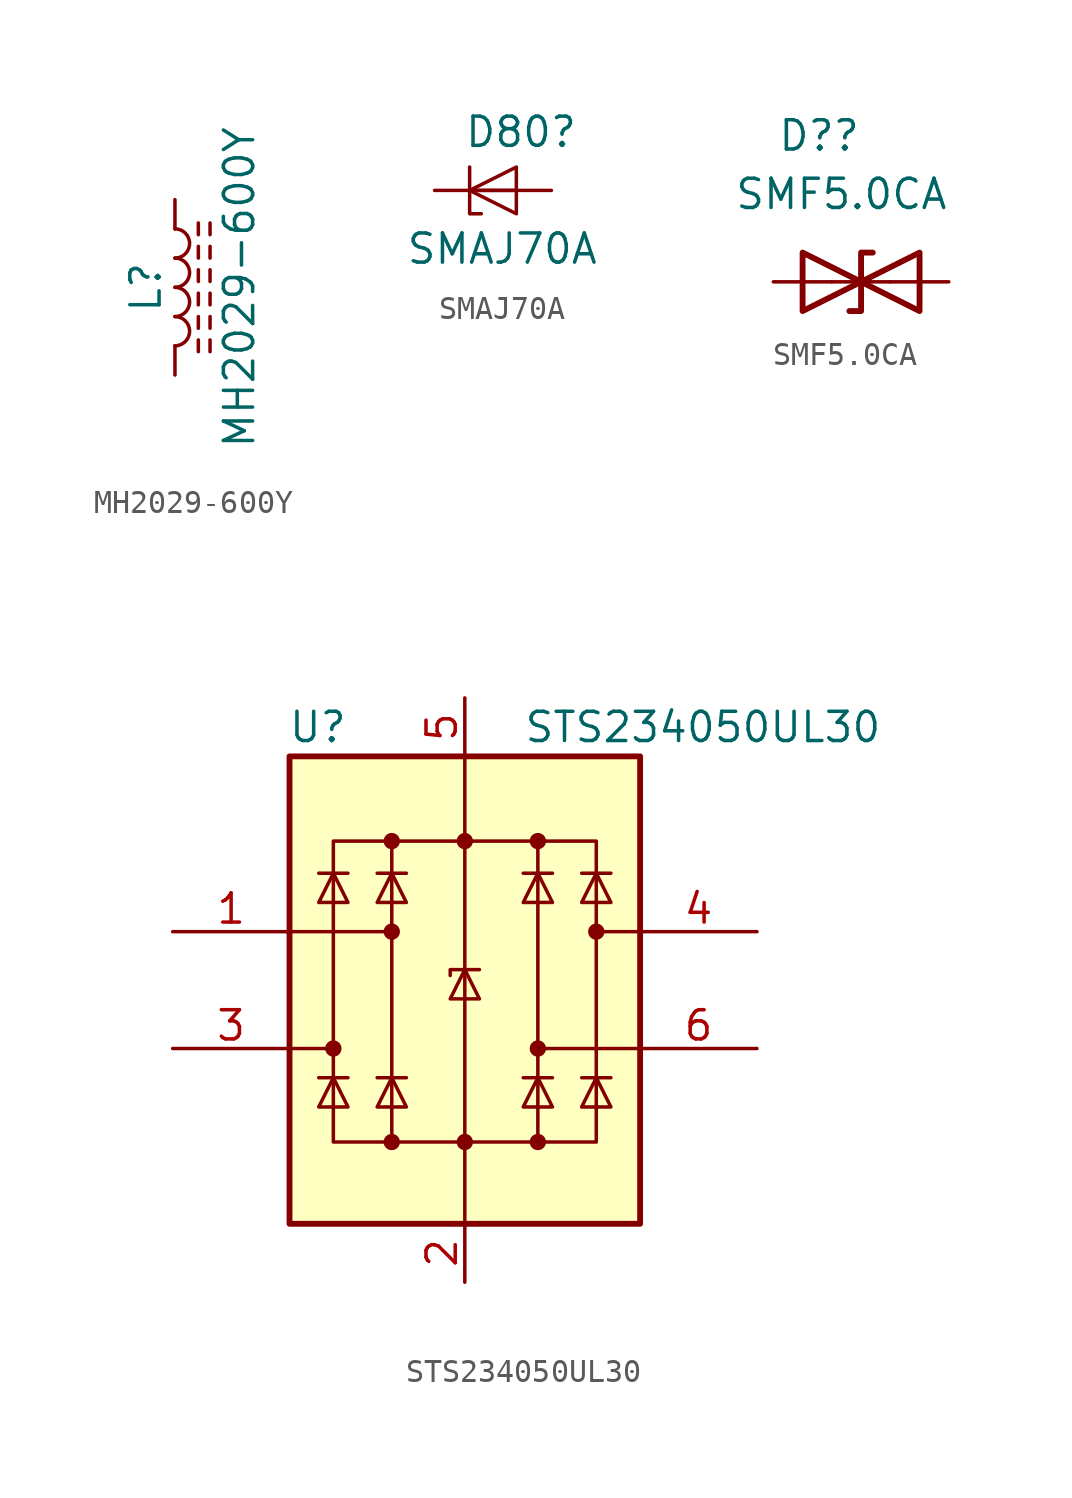
<source format=kicad_sym>
(kicad_symbol_lib
  (version 20211014)
  (generator kicad_symbol_editor)
  (symbol "MH2029-600Y"
    (pin_numbers hide)
    (pin_names
      (offset 1.016) hide)
    (property "Reference" "L"
      (at -1.27 0 90)
      (effects (font (size 1.27 1.27))))
    (property "Value" "MH2029-600Y"
      (at 2.794 0 90)
      (effects (font (size 1.27 1.27))))
    (symbol "MH2029-600Y_0_1"
      (arc (start 0 -2.54) (mid 0.635 -1.905) (end 0 -1.27) (stroke (width 0) (type default) (color 0 0 0 0)) (fill (type none)))
      (arc (start 0 -1.27) (mid 0.635 -0.635) (end 0 0) (stroke (width 0) (type default) (color 0 0 0 0)) (fill (type none)))
      (polyline (pts (xy 1.016 -2.794) (xy 1.016 -2.286)) (stroke (width 0) (type default) (color 0 0 0 0)) (fill (type none)))
      (polyline (pts (xy 1.016 -1.778) (xy 1.016 -1.27)) (stroke (width 0) (type default) (color 0 0 0 0)) (fill (type none)))
      (polyline (pts (xy 1.016 -0.762) (xy 1.016 -0.254)) (stroke (width 0) (type default) (color 0 0 0 0)) (fill (type none)))
      (polyline (pts (xy 1.016 0.254) (xy 1.016 0.762)) (stroke (width 0) (type default) (color 0 0 0 0)) (fill (type none)))
      (polyline (pts (xy 1.016 1.27) (xy 1.016 1.778)) (stroke (width 0) (type default) (color 0 0 0 0)) (fill (type none)))
      (polyline (pts (xy 1.016 2.286) (xy 1.016 2.794)) (stroke (width 0) (type default) (color 0 0 0 0)) (fill (type none)))
      (polyline (pts (xy 1.524 -2.286) (xy 1.524 -2.794)) (stroke (width 0) (type default) (color 0 0 0 0)) (fill (type none)))
      (polyline (pts (xy 1.524 -1.27) (xy 1.524 -1.778)) (stroke (width 0) (type default) (color 0 0 0 0)) (fill (type none)))
      (polyline (pts (xy 1.524 -0.254) (xy 1.524 -0.762)) (stroke (width 0) (type default) (color 0 0 0 0)) (fill (type none)))
      (polyline (pts (xy 1.524 0.762) (xy 1.524 0.254)) (stroke (width 0) (type default) (color 0 0 0 0)) (fill (type none)))
      (polyline (pts (xy 1.524 1.778) (xy 1.524 1.27)) (stroke (width 0) (type default) (color 0 0 0 0)) (fill (type none)))
      (polyline (pts (xy 1.524 2.794) (xy 1.524 2.286)) (stroke (width 0) (type default) (color 0 0 0 0)) (fill (type none)))
      (arc (start 0 0) (mid 0.635 0.635) (end 0 1.27) (stroke (width 0) (type default) (color 0 0 0 0)) (fill (type none)))
      (arc (start 0 1.27) (mid 0.635 1.905) (end 0 2.54) (stroke (width 0) (type default) (color 0 0 0 0)) (fill (type none))))
    (symbol "MH2029-600Y_1_1"
      (pin passive line (at 0 3.81 270) (length 1.27) (name "1" (effects (font (size 1.27 1.27)))) (number "1" (effects (font (size 1.27 1.27)))))
      (pin passive line (at 0 -3.81 90) (length 1.27) (name "2" (effects (font (size 1.27 1.27)))) (number "2" (effects (font (size 1.27 1.27)))))))
  (symbol "SMAJ70A"
    (pin_numbers hide)
    (pin_names hide)
    (property "Reference" "D80"
      (at -1.27 2.54 0)
      (effects (font (size 1.27 1.27)) (justify left)))
    (property "Value" "SMAJ70A"
      (at -3.81 -2.54 0)
      (effects (font (size 1.27 1.27)) (justify left)))
    (symbol "SMAJ70A_0_1"
      (polyline (pts (xy -1.016 0) (xy 1.016 0)) (stroke (width 0) (type default) (color 0 0 0 0)) (fill (type none)))
      (polyline (pts (xy -1.016 1.016) (xy -1.016 -1.016) (xy -0.508 -1.016)) (stroke (width 0) (type default) (color 0 0 0 0)) (fill (type none)))
      (polyline (pts (xy 1.016 1.016) (xy -1.016 0) (xy 1.016 -1.016) (xy 1.016 1.016)) (stroke (width 0) (type default) (color 0 0 0 0)) (fill (type none))))
    (symbol "SMAJ70A_1_1"
      (pin passive line (at -2.54 0 0) (length 2.54) (name "K1" (effects (font (size 1.27 1.27)))) (number "1" (effects (font (size 1.27 1.27)))))
      (pin passive line (at 2.54 0 180) (length 2.54) (name "A" (effects (font (size 1.27 1.27)))) (number "2" (effects (font (size 1.27 1.27)))))))
  (symbol "SMF5.0CA"
    (pin_numbers hide)
    (pin_names
      (offset 1.016) hide)
    (property "Reference" "D?"
      (at 0 6.35 0)
      (effects (font (size 1.27 1.27)) (justify right)))
    (property "Value" "SMF5.0CA"
      (at 3.81 3.81 0)
      (effects (font (size 1.27 1.27)) (justify right)))
    (symbol "SMF5.0CA_0_1"
      (polyline (pts (xy 1.27 0) (xy -1.27 0)) (stroke (width 0) (type default) (color 0 0 0 0)) (fill (type none)))
      (polyline (pts (xy 0.508 1.27) (xy 0 1.27) (xy 0 -1.27) (xy -0.508 -1.27)) (stroke (width 0.254) (type default) (color 0 0 0 0)) (fill (type none)))
      (polyline (pts (xy -2.54 1.27) (xy -2.54 -1.27) (xy 2.54 1.27) (xy 2.54 -1.27) (xy -2.54 1.27)) (stroke (width 0.254) (type default) (color 0 0 0 0)) (fill (type none))))
    (symbol "SMF5.0CA_1_1"
      (pin passive line (at -3.81 0 0) (length 2.54) (name "A1" (effects (font (size 1.27 1.27)))) (number "1" (effects (font (size 1.27 1.27)))))
      (pin passive line (at 3.81 0 180) (length 2.54) (name "A2" (effects (font (size 1.27 1.27)))) (number "2" (effects (font (size 1.27 1.27)))))))
  (symbol "STS234050UL30"
    (pin_names
      (offset 0) hide)
    (property "Reference" "U"
      (at -5.08 11.43 0)
      (effects (font (size 1.27 1.27)) (justify right)))
    (property "Value" "STS234050UL30"
      (at 2.54 11.43 0)
      (effects (font (size 1.27 1.27)) (justify left)))
    (symbol "STS234050UL30_0_0"
      (rectangle (start -5.715 6.477) (end 5.715 -6.604) (stroke (width 0) (type default) (color 0 0 0 0)) (fill (type none)))
      (polyline (pts (xy -3.175 -6.604) (xy -3.175 6.477)) (stroke (width 0) (type default) (color 0 0 0 0)) (fill (type none)))
      (polyline (pts (xy 3.175 6.477) (xy 3.175 -6.604)) (stroke (width 0) (type default) (color 0 0 0 0)) (fill (type none))))
    (symbol "STS234050UL30_0_1"
      (rectangle (start -7.62 10.16) (end 7.62 -10.16) (stroke (width 0.254) (type default) (color 0 0 0 0)) (fill (type background)))
      (circle (center -5.715 -2.54) (radius 0.279) (stroke (width 0) (type default) (color 0 0 0 0)) (fill (type outline)))
      (circle (center -3.175 -6.604) (radius 0.279) (stroke (width 0) (type default) (color 0 0 0 0)) (fill (type outline)))
      (circle (center -3.175 2.54) (radius 0.279) (stroke (width 0) (type default) (color 0 0 0 0)) (fill (type outline)))
      (circle (center -3.175 6.477) (radius 0.279) (stroke (width 0) (type default) (color 0 0 0 0)) (fill (type outline)))
      (circle (center 0 -6.604) (radius 0.279) (stroke (width 0) (type default) (color 0 0 0 0)) (fill (type outline)))
      (polyline (pts (xy -7.747 2.54) (xy -3.175 2.54)) (stroke (width 0) (type default) (color 0 0 0 0)) (fill (type none)))
      (polyline (pts (xy -7.62 -2.54) (xy -5.715 -2.54)) (stroke (width 0) (type default) (color 0 0 0 0)) (fill (type none)))
      (polyline (pts (xy -5.08 -3.81) (xy -6.35 -3.81)) (stroke (width 0) (type default) (color 0 0 0 0)) (fill (type none)))
      (polyline (pts (xy -5.08 5.08) (xy -6.35 5.08)) (stroke (width 0) (type default) (color 0 0 0 0)) (fill (type none)))
      (polyline (pts (xy -2.54 -3.81) (xy -3.81 -3.81)) (stroke (width 0) (type default) (color 0 0 0 0)) (fill (type none)))
      (polyline (pts (xy -2.54 5.08) (xy -3.81 5.08)) (stroke (width 0) (type default) (color 0 0 0 0)) (fill (type none)))
      (polyline (pts (xy 0 10.16) (xy 0 -10.16)) (stroke (width 0) (type default) (color 0 0 0 0)) (fill (type none)))
      (polyline (pts (xy 3.81 -3.81) (xy 2.54 -3.81)) (stroke (width 0) (type default) (color 0 0 0 0)) (fill (type none)))
      (polyline (pts (xy 3.81 5.08) (xy 2.54 5.08)) (stroke (width 0) (type default) (color 0 0 0 0)) (fill (type none)))
      (polyline (pts (xy 6.35 -3.81) (xy 5.08 -3.81)) (stroke (width 0) (type default) (color 0 0 0 0)) (fill (type none)))
      (polyline (pts (xy 6.35 5.08) (xy 5.08 5.08)) (stroke (width 0) (type default) (color 0 0 0 0)) (fill (type none)))
      (polyline (pts (xy 7.62 -2.54) (xy 3.175 -2.54)) (stroke (width 0) (type default) (color 0 0 0 0)) (fill (type none)))
      (polyline (pts (xy 7.62 2.54) (xy 5.715 2.54)) (stroke (width 0) (type default) (color 0 0 0 0)) (fill (type none)))
      (polyline (pts (xy 0.635 0.889) (xy -0.635 0.889) (xy -0.635 0.635)) (stroke (width 0) (type default) (color 0 0 0 0)) (fill (type none)))
      (polyline (pts (xy -5.08 -5.08) (xy -6.35 -5.08) (xy -5.715 -3.81) (xy -5.08 -5.08)) (stroke (width 0) (type default) (color 0 0 0 0)) (fill (type none)))
      (polyline (pts (xy -5.08 3.81) (xy -6.35 3.81) (xy -5.715 5.08) (xy -5.08 3.81)) (stroke (width 0) (type default) (color 0 0 0 0)) (fill (type none)))
      (polyline (pts (xy -2.54 -5.08) (xy -3.81 -5.08) (xy -3.175 -3.81) (xy -2.54 -5.08)) (stroke (width 0) (type default) (color 0 0 0 0)) (fill (type none)))
      (polyline (pts (xy -2.54 3.81) (xy -3.81 3.81) (xy -3.175 5.08) (xy -2.54 3.81)) (stroke (width 0) (type default) (color 0 0 0 0)) (fill (type none)))
      (polyline (pts (xy 0.635 -0.381) (xy -0.635 -0.381) (xy 0 0.889) (xy 0.635 -0.381)) (stroke (width 0) (type default) (color 0 0 0 0)) (fill (type none)))
      (polyline (pts (xy 3.81 -5.08) (xy 2.54 -5.08) (xy 3.175 -3.81) (xy 3.81 -5.08)) (stroke (width 0) (type default) (color 0 0 0 0)) (fill (type none)))
      (polyline (pts (xy 3.81 3.81) (xy 2.54 3.81) (xy 3.175 5.08) (xy 3.81 3.81)) (stroke (width 0) (type default) (color 0 0 0 0)) (fill (type none)))
      (polyline (pts (xy 6.35 -5.08) (xy 5.08 -5.08) (xy 5.715 -3.81) (xy 6.35 -5.08)) (stroke (width 0) (type default) (color 0 0 0 0)) (fill (type none)))
      (polyline (pts (xy 6.35 3.81) (xy 5.08 3.81) (xy 5.715 5.08) (xy 6.35 3.81)) (stroke (width 0) (type default) (color 0 0 0 0)) (fill (type none)))
      (circle (center 0 6.477) (radius 0.279) (stroke (width 0) (type default) (color 0 0 0 0)) (fill (type outline)))
      (circle (center 3.175 -6.604) (radius 0.279) (stroke (width 0) (type default) (color 0 0 0 0)) (fill (type outline)))
      (circle (center 3.175 -2.54) (radius 0.279) (stroke (width 0) (type default) (color 0 0 0 0)) (fill (type outline)))
      (circle (center 3.175 6.477) (radius 0.279) (stroke (width 0) (type default) (color 0 0 0 0)) (fill (type outline)))
      (circle (center 5.715 2.54) (radius 0.279) (stroke (width 0) (type default) (color 0 0 0 0)) (fill (type outline))))
    (symbol "STS234050UL30_1_1"
      (pin passive line (at -12.7 2.54 0) (length 5.08) (name "IO1" (effects (font (size 1.27 1.27)))) (number "1" (effects (font (size 1.27 1.27)))))
      (pin passive line (at 0 -12.7 90) (length 2.54) (name "VN" (effects (font (size 1.27 1.27)))) (number "2" (effects (font (size 1.27 1.27)))))
      (pin passive line (at -12.7 -2.54 0) (length 5.08) (name "IO2" (effects (font (size 1.27 1.27)))) (number "3" (effects (font (size 1.27 1.27)))))
      (pin passive line (at 12.7 2.54 180) (length 5.08) (name "IO3" (effects (font (size 1.27 1.27)))) (number "4" (effects (font (size 1.27 1.27)))))
      (pin passive line (at 0 12.7 270) (length 2.54) (name "VP" (effects (font (size 1.27 1.27)))) (number "5" (effects (font (size 1.27 1.27)))))
      (pin passive line (at 12.7 -2.54 180) (length 5.08) (name "IO4" (effects (font (size 1.27 1.27)))) (number "6" (effects (font (size 1.27 1.27))))))))
</source>
